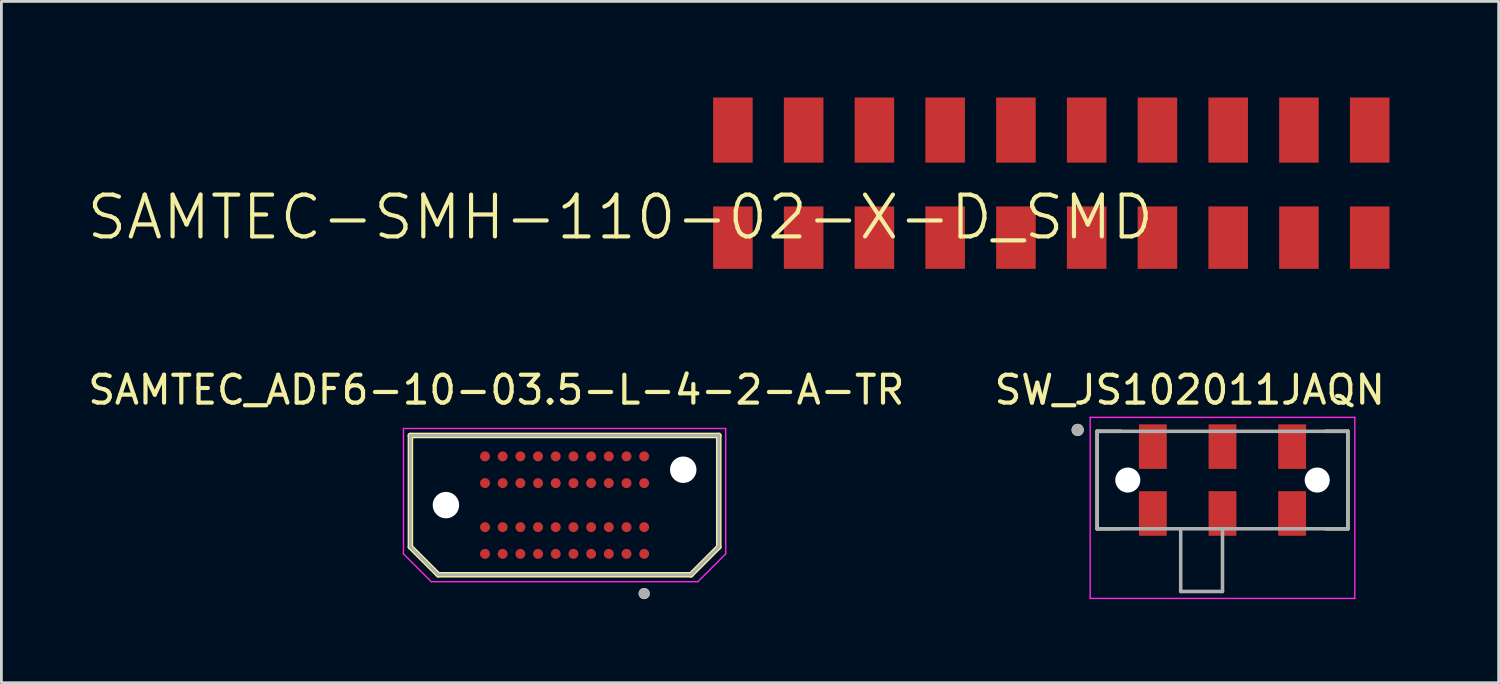
<source format=kicad_pcb>
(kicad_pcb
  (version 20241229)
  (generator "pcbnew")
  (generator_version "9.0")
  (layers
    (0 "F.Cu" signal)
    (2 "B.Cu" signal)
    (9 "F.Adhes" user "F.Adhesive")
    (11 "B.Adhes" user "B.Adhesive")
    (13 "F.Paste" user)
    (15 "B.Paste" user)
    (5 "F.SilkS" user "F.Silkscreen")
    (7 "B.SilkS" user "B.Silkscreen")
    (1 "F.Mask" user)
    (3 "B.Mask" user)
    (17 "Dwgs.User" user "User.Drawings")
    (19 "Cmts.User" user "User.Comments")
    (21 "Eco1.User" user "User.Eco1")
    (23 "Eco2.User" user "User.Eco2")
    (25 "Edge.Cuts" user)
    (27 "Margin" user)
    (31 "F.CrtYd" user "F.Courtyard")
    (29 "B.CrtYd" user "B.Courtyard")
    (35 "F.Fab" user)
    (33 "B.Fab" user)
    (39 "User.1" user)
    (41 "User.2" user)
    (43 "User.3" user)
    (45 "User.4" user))
  (footprint "SAMTEC-SMH-110-02-X-D_SMD"
    (layer "F.Cu")
    (at 34.7 3.55)
    (property "Reference" "SAMTEC-SMH-110-02-X-D_SMD" (at -15.482 1.2 180) (layer "F.SilkS") (effects (font (size 1.5 1.5) (thickness 0.15))))
    (attr smd)
    (fp_poly (pts (xy -12.201 -3.151) (xy -10.679 -3.151) (xy -10.679 -0.709) (xy -12.201 -0.709)) (stroke (width 0.01) (type solid)) (fill yes) (layer "F.Mask"))
    (fp_poly (pts (xy -12.201 0.76) (xy -10.679 0.76) (xy -10.679 3.102) (xy -12.201 3.102)) (stroke (width 0.01) (type solid)) (fill yes) (layer "F.Mask"))
    (fp_poly (pts (xy -9.661 -3.151) (xy -8.139 -3.151) (xy -8.139 -0.709) (xy -9.661 -0.709)) (stroke (width 0.01) (type solid)) (fill yes) (layer "F.Mask"))
    (fp_poly (pts (xy -9.661 0.76) (xy -8.139 0.76) (xy -8.139 3.102) (xy -9.661 3.102)) (stroke (width 0.01) (type solid)) (fill yes) (layer "F.Mask"))
    (fp_poly (pts (xy -7.121 -3.151) (xy -5.599 -3.151) (xy -5.599 -0.709) (xy -7.121 -0.709)) (stroke (width 0.01) (type solid)) (fill yes) (layer "F.Mask"))
    (fp_poly (pts (xy -7.121 0.76) (xy -5.599 0.76) (xy -5.599 3.102) (xy -7.121 3.102)) (stroke (width 0.01) (type solid)) (fill yes) (layer "F.Mask"))
    (fp_poly (pts (xy -4.581 -3.151) (xy -3.059 -3.151) (xy -3.059 -0.709) (xy -4.581 -0.709)) (stroke (width 0.01) (type solid)) (fill yes) (layer "F.Mask"))
    (fp_poly (pts (xy -4.581 0.76) (xy -3.059 0.76) (xy -3.059 3.102) (xy -4.581 3.102)) (stroke (width 0.01) (type solid)) (fill yes) (layer "F.Mask"))
    (fp_poly (pts (xy -2.041 -3.151) (xy -0.519 -3.151) (xy -0.519 -0.709) (xy -2.041 -0.709)) (stroke (width 0.01) (type solid)) (fill yes) (layer "F.Mask"))
    (fp_poly (pts (xy -2.041 0.76) (xy -0.519 0.76) (xy -0.519 3.102) (xy -2.041 3.102)) (stroke (width 0.01) (type solid)) (fill yes) (layer "F.Mask"))
    (fp_poly (pts (xy 0.499 -3.151) (xy 2.021 -3.151) (xy 2.021 -0.709) (xy 0.499 -0.709)) (stroke (width 0.01) (type solid)) (fill yes) (layer "F.Mask"))
    (fp_poly (pts (xy 0.499 0.76) (xy 2.021 0.76) (xy 2.021 3.102) (xy 0.499 3.102)) (stroke (width 0.01) (type solid)) (fill yes) (layer "F.Mask"))
    (fp_poly (pts (xy 3.039 -3.151) (xy 4.561 -3.151) (xy 4.561 -0.709) (xy 3.039 -0.709)) (stroke (width 0.01) (type solid)) (fill yes) (layer "F.Mask"))
    (fp_poly (pts (xy 3.039 0.76) (xy 4.561 0.76) (xy 4.561 3.102) (xy 3.039 3.102)) (stroke (width 0.01) (type solid)) (fill yes) (layer "F.Mask"))
    (fp_poly (pts (xy 5.579 -3.151) (xy 7.101 -3.151) (xy 7.101 -0.709) (xy 5.579 -0.709)) (stroke (width 0.01) (type solid)) (fill yes) (layer "F.Mask"))
    (fp_poly (pts (xy 5.579 0.76) (xy 7.101 0.76) (xy 7.101 3.102) (xy 5.579 3.102)) (stroke (width 0.01) (type solid)) (fill yes) (layer "F.Mask"))
    (fp_poly (pts (xy 8.119 -3.151) (xy 9.641 -3.151) (xy 9.641 -0.709) (xy 8.119 -0.709)) (stroke (width 0.01) (type solid)) (fill yes) (layer "F.Mask"))
    (fp_poly (pts (xy 8.119 0.76) (xy 9.641 0.76) (xy 9.641 3.102) (xy 8.119 3.102)) (stroke (width 0.01) (type solid)) (fill yes) (layer "F.Mask"))
    (fp_poly (pts (xy 10.659 -3.151) (xy 12.181 -3.151) (xy 12.181 -0.709) (xy 10.659 -0.709)) (stroke (width 0.01) (type solid)) (fill yes) (layer "F.Mask"))
    (fp_poly (pts (xy 10.659 0.76) (xy 12.181 0.76) (xy 12.181 3.102) (xy 10.659 3.102)) (stroke (width 0.01) (type solid)) (fill yes) (layer "F.Mask"))
    (fp_poly (pts (xy -12.15 -3.1) (xy -10.73 -3.1) (xy -10.73 -0.76) (xy -12.15 -0.76)) (stroke (width 0.01) (type solid)) (fill yes) (layer "F.Paste"))
    (fp_poly (pts (xy -12.15 0.811) (xy -10.73 0.811) (xy -10.73 3.051) (xy -12.15 3.051)) (stroke (width 0.01) (type solid)) (fill yes) (layer "F.Paste"))
    (fp_poly (pts (xy -9.61 -3.1) (xy -8.19 -3.1) (xy -8.19 -0.76) (xy -9.61 -0.76)) (stroke (width 0.01) (type solid)) (fill yes) (layer "F.Paste"))
    (fp_poly (pts (xy -9.61 0.811) (xy -8.19 0.811) (xy -8.19 3.051) (xy -9.61 3.051)) (stroke (width 0.01) (type solid)) (fill yes) (layer "F.Paste"))
    (fp_poly (pts (xy -7.07 -3.1) (xy -5.65 -3.1) (xy -5.65 -0.76) (xy -7.07 -0.76)) (stroke (width 0.01) (type solid)) (fill yes) (layer "F.Paste"))
    (fp_poly (pts (xy -7.07 0.811) (xy -5.65 0.811) (xy -5.65 3.051) (xy -7.07 3.051)) (stroke (width 0.01) (type solid)) (fill yes) (layer "F.Paste"))
    (fp_poly (pts (xy -4.53 -3.1) (xy -3.11 -3.1) (xy -3.11 -0.76) (xy -4.53 -0.76)) (stroke (width 0.01) (type solid)) (fill yes) (layer "F.Paste"))
    (fp_poly (pts (xy -4.53 0.811) (xy -3.11 0.811) (xy -3.11 3.051) (xy -4.53 3.051)) (stroke (width 0.01) (type solid)) (fill yes) (layer "F.Paste"))
    (fp_poly (pts (xy -1.99 -3.1) (xy -0.57 -3.1) (xy -0.57 -0.76) (xy -1.99 -0.76)) (stroke (width 0.01) (type solid)) (fill yes) (layer "F.Paste"))
    (fp_poly (pts (xy -1.99 0.811) (xy -0.57 0.811) (xy -0.57 3.051) (xy -1.99 3.051)) (stroke (width 0.01) (type solid)) (fill yes) (layer "F.Paste"))
    (fp_poly (pts (xy 0.55 -3.1) (xy 1.97 -3.1) (xy 1.97 -0.76) (xy 0.55 -0.76)) (stroke (width 0.01) (type solid)) (fill yes) (layer "F.Paste"))
    (fp_poly (pts (xy 0.55 0.811) (xy 1.97 0.811) (xy 1.97 3.051) (xy 0.55 3.051)) (stroke (width 0.01) (type solid)) (fill yes) (layer "F.Paste"))
    (fp_poly (pts (xy 3.09 -3.1) (xy 4.51 -3.1) (xy 4.51 -0.76) (xy 3.09 -0.76)) (stroke (width 0.01) (type solid)) (fill yes) (layer "F.Paste"))
    (fp_poly (pts (xy 3.09 0.811) (xy 4.51 0.811) (xy 4.51 3.051) (xy 3.09 3.051)) (stroke (width 0.01) (type solid)) (fill yes) (layer "F.Paste"))
    (fp_poly (pts (xy 5.63 -3.1) (xy 7.05 -3.1) (xy 7.05 -0.76) (xy 5.63 -0.76)) (stroke (width 0.01) (type solid)) (fill yes) (layer "F.Paste"))
    (fp_poly (pts (xy 5.63 0.811) (xy 7.05 0.811) (xy 7.05 3.051) (xy 5.63 3.051)) (stroke (width 0.01) (type solid)) (fill yes) (layer "F.Paste"))
    (fp_poly (pts (xy 8.17 -3.1) (xy 9.59 -3.1) (xy 9.59 -0.76) (xy 8.17 -0.76)) (stroke (width 0.01) (type solid)) (fill yes) (layer "F.Paste"))
    (fp_poly (pts (xy 8.17 0.811) (xy 9.59 0.811) (xy 9.59 3.051) (xy 8.17 3.051)) (stroke (width 0.01) (type solid)) (fill yes) (layer "F.Paste"))
    (fp_poly (pts (xy 10.71 -3.1) (xy 12.13 -3.1) (xy 12.13 -0.76) (xy 10.71 -0.76)) (stroke (width 0.01) (type solid)) (fill yes) (layer "F.Paste"))
    (fp_poly (pts (xy 10.71 0.811) (xy 12.13 0.811) (xy 12.13 3.051) (xy 10.71 3.051)) (stroke (width 0.01) (type solid)) (fill yes) (layer "F.Paste"))
    (fp_rect (start -13 -3.5) (end 13 3.5) (stroke (width 0.1) (type default)) (fill no) (layer "Margin"))
    (pad "1" smd rect (at 11.42 -1.93) (size 1.42 2.34) (layers "F.Cu" "F.Paste"))
    (pad "2" smd rect (at 8.88 -1.93) (size 1.42 2.34) (layers "F.Cu" "F.Paste"))
    (pad "3" smd rect (at 6.34 -1.93) (size 1.42 2.34) (layers "F.Cu" "F.Paste"))
    (pad "4" smd rect (at 3.8 -1.93) (size 1.42 2.34) (layers "F.Cu" "F.Paste"))
    (pad "5" smd rect (at 1.26 -1.93) (size 1.42 2.34) (layers "F.Cu" "F.Paste"))
    (pad "6" smd rect (at -1.28 -1.93) (size 1.42 2.34) (layers "F.Cu" "F.Paste"))
    (pad "7" smd rect (at -3.82 -1.93) (size 1.42 2.34) (layers "F.Cu" "F.Paste"))
    (pad "8" smd rect (at -6.36 -1.93) (size 1.42 2.34) (layers "F.Cu" "F.Paste"))
    (pad "9" smd rect (at -8.9 -1.93) (size 1.42 2.34) (layers "F.Cu" "F.Paste"))
    (pad "10" smd rect (at -11.44 -1.93) (size 1.42 2.34) (layers "F.Cu" "F.Paste"))
    (pad "11" smd rect (at 11.42 1.931) (size 1.42 2.24) (layers "F.Cu" "F.Paste"))
    (pad "12" smd rect (at 8.88 1.931) (size 1.42 2.24) (layers "F.Cu" "F.Paste"))
    (pad "13" smd rect (at 6.34 1.931) (size 1.42 2.24) (layers "F.Cu" "F.Paste"))
    (pad "14" smd rect (at 3.8 1.931) (size 1.42 2.24) (layers "F.Cu" "F.Paste"))
    (pad "15" smd rect (at 1.26 1.931) (size 1.42 2.24) (layers "F.Cu" "F.Paste"))
    (pad "16" smd rect (at -1.28 1.931) (size 1.42 2.24) (layers "F.Cu" "F.Paste"))
    (pad "17" smd rect (at -3.82 1.931) (size 1.42 2.24) (layers "F.Cu" "F.Paste"))
    (pad "18" smd rect (at -6.36 1.931) (size 1.42 2.24) (layers "F.Cu" "F.Paste"))
    (pad "19" smd rect (at -8.9 1.931) (size 1.42 2.24) (layers "F.Cu" "F.Paste"))
    (pad "20" smd rect (at -11.44 1.931) (size 1.42 2.24) (layers "F.Cu" "F.Paste")))
  (footprint "SW_JS102011JAQN"
    (layer "F.Cu")
    (at 40.836 14.183)
    (property "Reference" "SW_JS102011JAQN" (at -1.175 -3.235 0) (layer "F.SilkS") (effects (font (size 1 1) (thickness 0.15))))
    (attr smd)
    (fp_line (start -4.5 -1.75) (end -4.5 1.75) (stroke (width 0.127) (type solid)) (layer "F.SilkS"))
    (fp_line (start -4.5 1.75) (end -3.7 1.75) (stroke (width 0.127) (type solid)) (layer "F.SilkS"))
    (fp_line (start -3.65 -1.75) (end -4.5 -1.75) (stroke (width 0.127) (type solid)) (layer "F.SilkS"))
    (fp_line (start 3.7 -1.75) (end 4.5 -1.75) (stroke (width 0.127) (type solid)) (layer "F.SilkS"))
    (fp_line (start 4.5 -1.75) (end 4.5 1.75) (stroke (width 0.127) (type solid)) (layer "F.SilkS"))
    (fp_line (start 4.5 1.75) (end 3.7 1.75) (stroke (width 0.127) (type solid)) (layer "F.SilkS"))
    (fp_circle (center -5.2 -1.8) (end -5.08 -1.8) (stroke (width 0.2) (type solid)) (fill no) (layer "F.SilkS"))
    (fp_line (start -4.75 -2.25) (end 4.75 -2.25) (stroke (width 0.05) (type solid)) (layer "F.CrtYd"))
    (fp_line (start -4.75 4.25) (end -4.75 -2.25) (stroke (width 0.05) (type solid)) (layer "F.CrtYd"))
    (fp_line (start 4.75 -2.25) (end 4.75 4.25) (stroke (width 0.05) (type solid)) (layer "F.CrtYd"))
    (fp_line (start 4.75 4.25) (end -4.75 4.25) (stroke (width 0.05) (type solid)) (layer "F.CrtYd"))
    (fp_line (start -4.5 -1.75) (end 4.5 -1.75) (stroke (width 0.127) (type solid)) (layer "F.Fab"))
    (fp_line (start -4.5 1.75) (end -4.5 -1.75) (stroke (width 0.127) (type solid)) (layer "F.Fab"))
    (fp_line (start -1.5 1.75) (end -4.5 1.75) (stroke (width 0.127) (type solid)) (layer "F.Fab"))
    (fp_line (start -1.5 1.75) (end -1.5 4) (stroke (width 0.127) (type solid)) (layer "F.Fab"))
    (fp_line (start -1.5 4) (end 0 4) (stroke (width 0.127) (type solid)) (layer "F.Fab"))
    (fp_line (start 0 1.75) (end -1.5 1.75) (stroke (width 0.127) (type solid)) (layer "F.Fab"))
    (fp_line (start 0 4) (end 0 1.75) (stroke (width 0.127) (type solid)) (layer "F.Fab"))
    (fp_line (start 4.5 -1.75) (end 4.5 1.75) (stroke (width 0.127) (type solid)) (layer "F.Fab"))
    (fp_line (start 4.5 1.75) (end 0 1.75) (stroke (width 0.127) (type solid)) (layer "F.Fab"))
    (fp_circle (center -5.2 -1.8) (end -5.08 -1.8) (stroke (width 0.2) (type solid)) (fill no) (layer "F.Fab"))
    (pad "" np_thru_hole circle (at -3.4 0) (size 0.9 0.9) (drill 0.9) (layers "*.Cu" "*.Mask"))
    (pad "" np_thru_hole circle (at 3.4 0) (size 0.9 0.9) (drill 0.9) (layers "*.Cu" "*.Mask"))
    (pad "1" smd rect (at -2.5 -1.2) (size 1 1.6) (layers "F.Cu" "F.Mask" "F.Paste"))
    (pad "1.1" smd rect (at -2.5 1.2 180) (size 1 1.6) (layers "F.Cu" "F.Mask" "F.Paste"))
    (pad "2" smd rect (at 0 -1.2) (size 1 1.6) (layers "F.Cu" "F.Mask" "F.Paste"))
    (pad "2.1" smd rect (at 0 1.2 180) (size 1 1.6) (layers "F.Cu" "F.Mask" "F.Paste"))
    (pad "3" smd rect (at 2.5 -1.2) (size 1 1.6) (layers "F.Cu" "F.Mask" "F.Paste"))
    (pad "3.1" smd rect (at 2.5 1.2 180) (size 1 1.6) (layers "F.Cu" "F.Mask" "F.Paste")))
  (footprint "SAMTEC_ADF6-10-03.5-L-4-2-A-TR"
    (layer "F.Cu")
    (at 17.218 15.083)
    (property "Reference" "SAMTEC_ADF6-10-03.5-L-4-2-A-TR" (at -2.45 -4.135 0) (layer "F.SilkS") (effects (font (size 1 1) (thickness 0.15))))
    (attr smd)
    (fp_line (start -5.535 -2.5) (end 5.535 -2.5) (stroke (width 0.2) (type solid)) (layer "F.SilkS"))
    (fp_line (start -5.535 1.5) (end -5.535 -2.5) (stroke (width 0.2) (type solid)) (layer "F.SilkS"))
    (fp_line (start -4.535 2.5) (end -5.535 1.5) (stroke (width 0.2) (type solid)) (layer "F.SilkS"))
    (fp_line (start 4.535 2.5) (end -4.535 2.5) (stroke (width 0.2) (type solid)) (layer "F.SilkS"))
    (fp_line (start 5.535 -2.5) (end 5.535 1.5) (stroke (width 0.2) (type solid)) (layer "F.SilkS"))
    (fp_line (start 5.535 1.5) (end 4.535 2.5) (stroke (width 0.2) (type solid)) (layer "F.SilkS"))
    (fp_circle (center 2.857 3.175) (end 2.958 3.175) (stroke (width 0.2) (type solid)) (fill no) (layer "F.SilkS"))
    (fp_line (start -5.785 -2.75) (end 5.785 -2.75) (stroke (width 0.05) (type solid)) (layer "F.CrtYd"))
    (fp_line (start -5.785 1.75) (end -5.785 -2.75) (stroke (width 0.05) (type solid)) (layer "F.CrtYd"))
    (fp_line (start -4.785 2.75) (end -5.785 1.75) (stroke (width 0.05) (type solid)) (layer "F.CrtYd"))
    (fp_line (start 4.785 2.75) (end -4.785 2.75) (stroke (width 0.05) (type solid)) (layer "F.CrtYd"))
    (fp_line (start 5.785 -2.75) (end 5.785 1.75) (stroke (width 0.05) (type solid)) (layer "F.CrtYd"))
    (fp_line (start 5.785 1.75) (end 4.785 2.75) (stroke (width 0.05) (type solid)) (layer "F.CrtYd"))
    (fp_line (start -5.535 -2.5) (end 5.535 -2.5) (stroke (width 0.1) (type solid)) (layer "F.Fab"))
    (fp_line (start -5.535 1.5) (end -5.535 -2.5) (stroke (width 0.1) (type solid)) (layer "F.Fab"))
    (fp_line (start -4.535 2.5) (end -5.535 1.5) (stroke (width 0.1) (type solid)) (layer "F.Fab"))
    (fp_line (start 4.535 2.5) (end -4.535 2.5) (stroke (width 0.1) (type solid)) (layer "F.Fab"))
    (fp_line (start 5.535 -2.5) (end 5.535 1.5) (stroke (width 0.1) (type solid)) (layer "F.Fab"))
    (fp_line (start 5.535 1.5) (end 4.535 2.5) (stroke (width 0.1) (type solid)) (layer "F.Fab"))
    (fp_circle (center 2.857 3.175) (end 2.958 3.175) (stroke (width 0.2) (type solid)) (fill no) (layer "F.Fab"))
    (pad "" np_thru_hole circle (at -4.26 0) (size 0.95 0.95) (drill 0.95) (layers "*.Cu" "*.Mask"))
    (pad "" np_thru_hole circle (at 4.26 -1.27) (size 0.95 0.95) (drill 0.95) (layers "*.Cu" "*.Mask"))
    (pad "A01" smd circle (at 2.857 1.75) (size 0.356 0.356) (layers "F.Cu" "F.Mask" "F.Paste"))
    (pad "A02" smd circle (at 2.223 1.75) (size 0.356 0.356) (layers "F.Cu" "F.Mask" "F.Paste"))
    (pad "A03" smd circle (at 1.587 1.75) (size 0.356 0.356) (layers "F.Cu" "F.Mask" "F.Paste"))
    (pad "A04" smd circle (at 0.953 1.75) (size 0.356 0.356) (layers "F.Cu" "F.Mask" "F.Paste"))
    (pad "A05" smd circle (at 0.318 1.75) (size 0.356 0.356) (layers "F.Cu" "F.Mask" "F.Paste"))
    (pad "A06" smd circle (at -0.318 1.75) (size 0.356 0.356) (layers "F.Cu" "F.Mask" "F.Paste"))
    (pad "A07" smd circle (at -0.953 1.75) (size 0.356 0.356) (layers "F.Cu" "F.Mask" "F.Paste"))
    (pad "A08" smd circle (at -1.587 1.75) (size 0.356 0.356) (layers "F.Cu" "F.Mask" "F.Paste"))
    (pad "A09" smd circle (at -2.223 1.75) (size 0.356 0.356) (layers "F.Cu" "F.Mask" "F.Paste"))
    (pad "A10" smd circle (at -2.857 1.75) (size 0.356 0.356) (layers "F.Cu" "F.Mask" "F.Paste"))
    (pad "B01" smd circle (at 2.857 0.79) (size 0.356 0.356) (layers "F.Cu" "F.Mask" "F.Paste"))
    (pad "B02" smd circle (at 2.223 0.79) (size 0.356 0.356) (layers "F.Cu" "F.Mask" "F.Paste"))
    (pad "B03" smd circle (at 1.587 0.79) (size 0.356 0.356) (layers "F.Cu" "F.Mask" "F.Paste"))
    (pad "B04" smd circle (at 0.953 0.79) (size 0.356 0.356) (layers "F.Cu" "F.Mask" "F.Paste"))
    (pad "B05" smd circle (at 0.318 0.79) (size 0.356 0.356) (layers "F.Cu" "F.Mask" "F.Paste"))
    (pad "B06" smd circle (at -0.318 0.79) (size 0.356 0.356) (layers "F.Cu" "F.Mask" "F.Paste"))
    (pad "B07" smd circle (at -0.953 0.79) (size 0.356 0.356) (layers "F.Cu" "F.Mask" "F.Paste"))
    (pad "B08" smd circle (at -1.587 0.79) (size 0.356 0.356) (layers "F.Cu" "F.Mask" "F.Paste"))
    (pad "B09" smd circle (at -2.223 0.79) (size 0.356 0.356) (layers "F.Cu" "F.Mask" "F.Paste"))
    (pad "B10" smd circle (at -2.857 0.79) (size 0.356 0.356) (layers "F.Cu" "F.Mask" "F.Paste"))
    (pad "C01" smd circle (at 2.857 -0.79) (size 0.356 0.356) (layers "F.Cu" "F.Mask" "F.Paste"))
    (pad "C02" smd circle (at 2.223 -0.79) (size 0.356 0.356) (layers "F.Cu" "F.Mask" "F.Paste"))
    (pad "C03" smd circle (at 1.587 -0.79) (size 0.356 0.356) (layers "F.Cu" "F.Mask" "F.Paste"))
    (pad "C04" smd circle (at 0.953 -0.79) (size 0.356 0.356) (layers "F.Cu" "F.Mask" "F.Paste"))
    (pad "C05" smd circle (at 0.318 -0.79) (size 0.356 0.356) (layers "F.Cu" "F.Mask" "F.Paste"))
    (pad "C06" smd circle (at -0.318 -0.79) (size 0.356 0.356) (layers "F.Cu" "F.Mask" "F.Paste"))
    (pad "C07" smd circle (at -0.953 -0.79) (size 0.356 0.356) (layers "F.Cu" "F.Mask" "F.Paste"))
    (pad "C08" smd circle (at -1.587 -0.79) (size 0.356 0.356) (layers "F.Cu" "F.Mask" "F.Paste"))
    (pad "C09" smd circle (at -2.223 -0.79) (size 0.356 0.356) (layers "F.Cu" "F.Mask" "F.Paste"))
    (pad "C10" smd circle (at -2.857 -0.79) (size 0.356 0.356) (layers "F.Cu" "F.Mask" "F.Paste"))
    (pad "D01" smd circle (at 2.857 -1.75) (size 0.356 0.356) (layers "F.Cu" "F.Mask" "F.Paste"))
    (pad "D02" smd circle (at 2.223 -1.75) (size 0.356 0.356) (layers "F.Cu" "F.Mask" "F.Paste"))
    (pad "D03" smd circle (at 1.587 -1.75) (size 0.356 0.356) (layers "F.Cu" "F.Mask" "F.Paste"))
    (pad "D04" smd circle (at 0.953 -1.75) (size 0.356 0.356) (layers "F.Cu" "F.Mask" "F.Paste"))
    (pad "D05" smd circle (at 0.318 -1.75) (size 0.356 0.356) (layers "F.Cu" "F.Mask" "F.Paste"))
    (pad "D06" smd circle (at -0.318 -1.75) (size 0.356 0.356) (layers "F.Cu" "F.Mask" "F.Paste"))
    (pad "D07" smd circle (at -0.953 -1.75) (size 0.356 0.356) (layers "F.Cu" "F.Mask" "F.Paste"))
    (pad "D08" smd circle (at -1.587 -1.75) (size 0.356 0.356) (layers "F.Cu" "F.Mask" "F.Paste"))
    (pad "D09" smd circle (at -2.223 -1.75) (size 0.356 0.356) (layers "F.Cu" "F.Mask" "F.Paste"))
    (pad "D10" smd circle (at -2.857 -1.75) (size 0.356 0.356) (layers "F.Cu" "F.Mask" "F.Paste")))
  (gr_rect
    (start -3 -3)
    (end 50.75 21.458)
    (stroke (width 0.1) (type default))
    (fill no)
    (layer "Edge.Cuts")))
</source>
